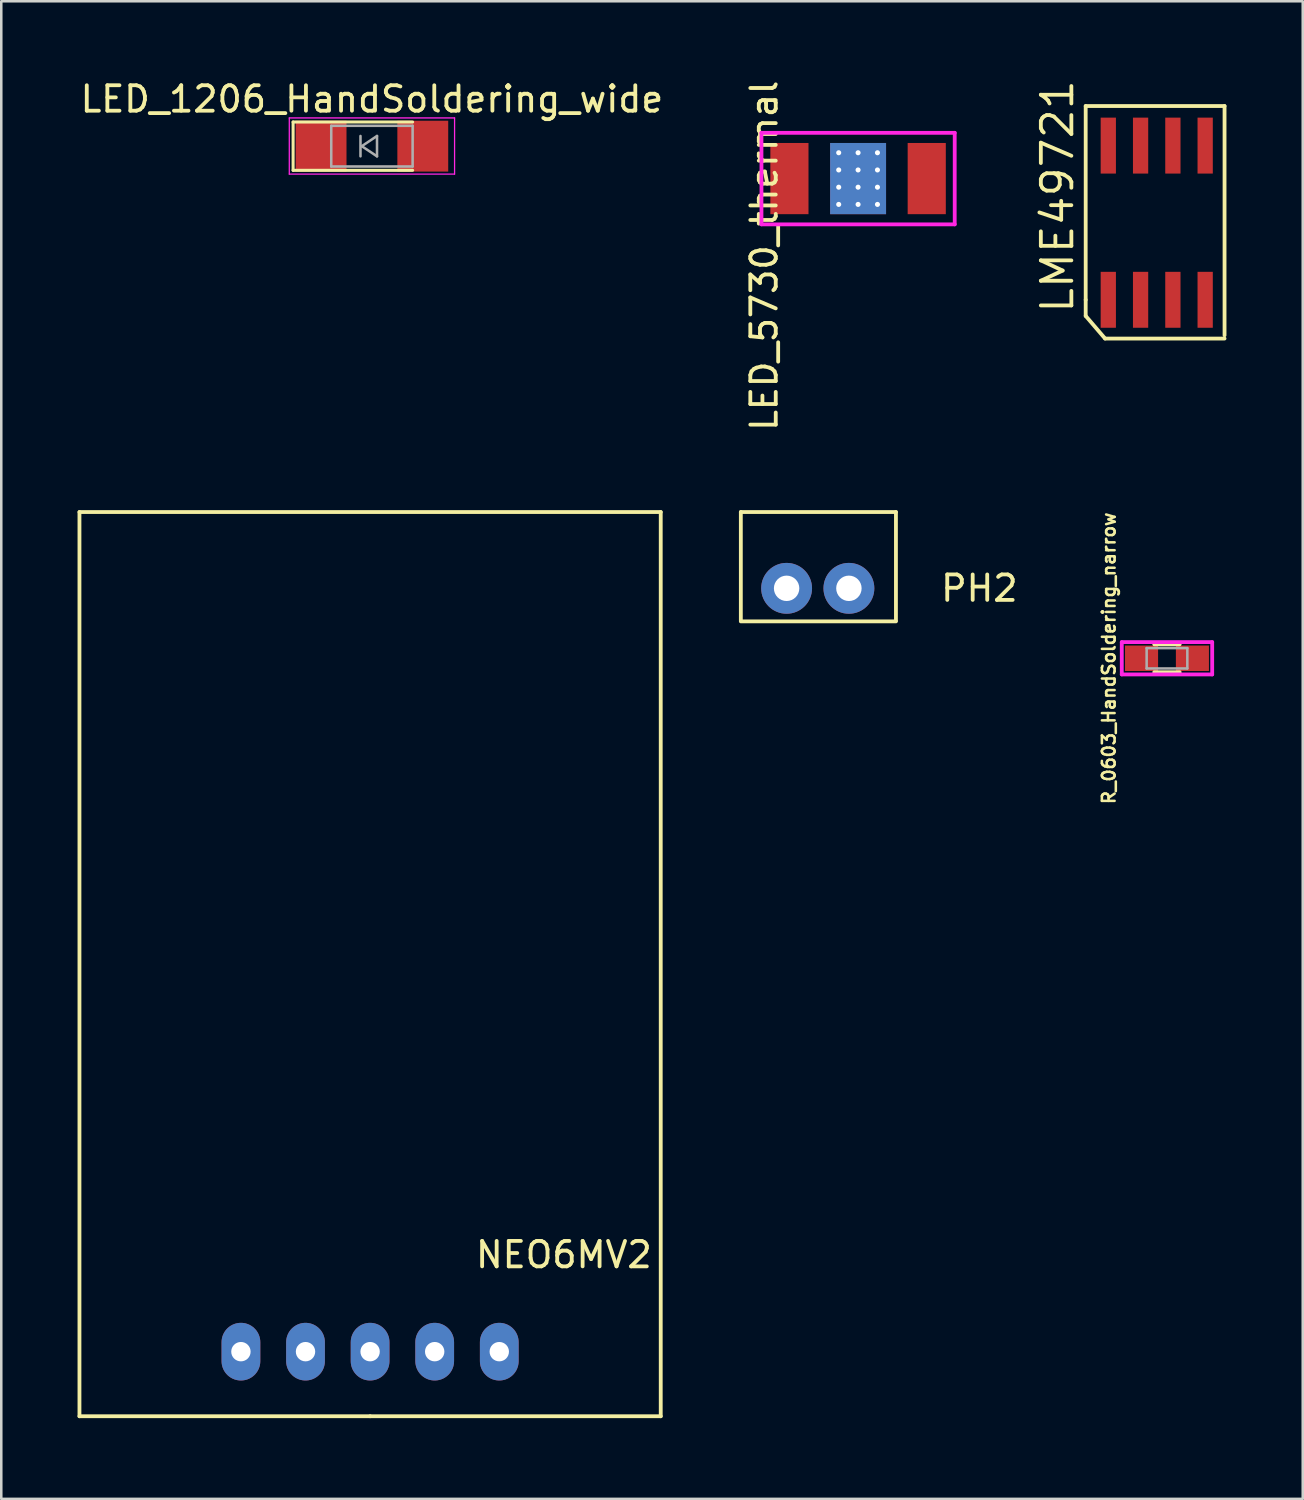
<source format=kicad_pcb>
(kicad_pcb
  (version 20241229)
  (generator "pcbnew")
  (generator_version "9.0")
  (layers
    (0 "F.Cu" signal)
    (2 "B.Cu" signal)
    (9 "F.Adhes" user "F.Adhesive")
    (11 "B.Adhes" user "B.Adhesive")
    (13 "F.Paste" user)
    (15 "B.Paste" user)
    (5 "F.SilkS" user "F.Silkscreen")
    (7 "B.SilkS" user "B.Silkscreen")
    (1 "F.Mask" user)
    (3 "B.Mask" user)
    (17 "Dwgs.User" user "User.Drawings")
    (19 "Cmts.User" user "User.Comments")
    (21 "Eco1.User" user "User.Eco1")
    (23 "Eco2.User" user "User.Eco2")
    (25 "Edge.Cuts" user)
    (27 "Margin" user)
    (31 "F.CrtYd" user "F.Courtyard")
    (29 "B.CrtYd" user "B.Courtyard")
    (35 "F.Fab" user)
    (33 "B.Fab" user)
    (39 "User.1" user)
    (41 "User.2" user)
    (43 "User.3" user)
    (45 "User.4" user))
  (footprint "LME49721"
    (layer "F.Cu")
    (at 42.441 4.676)
    (property "Reference" "LME49721" (at -3.905 0 90) (layer "F.SilkS") (effects (font (size 1.2 1.2) (thickness 0.15))))
    (attr through_hole)
    (fp_line (start -2.794 -3.556) (end -2.794 4.064) (stroke (width 0.15) (type solid)) (layer "F.SilkS"))
    (fp_line (start -2.794 4.064) (end -2.794 4.699) (stroke (width 0.15) (type solid)) (layer "F.SilkS"))
    (fp_line (start -2.794 4.699) (end -2.032 5.588) (stroke (width 0.15) (type solid)) (layer "F.SilkS"))
    (fp_line (start -2.032 5.588) (end 2.667 5.588) (stroke (width 0.15) (type solid)) (layer "F.SilkS"))
    (fp_line (start 2.667 -3.556) (end -2.794 -3.556) (stroke (width 0.15) (type solid)) (layer "F.SilkS"))
    (fp_line (start 2.667 -3.556) (end 2.667 5.461) (stroke (width 0.15) (type solid)) (layer "F.SilkS"))
    (pad "1" smd rect (at -1.905 4.064) (size 0.6 2.2) (layers "F.Cu" "F.Mask" "F.Paste"))
    (pad "2" smd rect (at -0.635 4.064) (size 0.6 2.2) (layers "F.Cu" "F.Mask" "F.Paste"))
    (pad "3" smd rect (at 0.635 4.064) (size 0.6 2.2) (layers "F.Cu" "F.Mask" "F.Paste"))
    (pad "4" smd rect (at 1.905 4.064) (size 0.6 2.2) (layers "F.Cu" "F.Mask" "F.Paste"))
    (pad "5" smd rect (at 1.905 -2) (size 0.6 2.2) (layers "F.Cu" "F.Mask" "F.Paste"))
    (pad "6" smd rect (at 0.635 -2) (size 0.6 2.2) (layers "F.Cu" "F.Mask" "F.Paste"))
    (pad "7" smd rect (at -0.635 -2) (size 0.6 2.2) (layers "F.Cu" "F.Mask" "F.Paste"))
    (pad "8" smd rect (at -1.905 -2) (size 0.6 2.2) (layers "F.Cu" "F.Mask" "F.Paste")))
  (footprint "R_0603_HandSoldering_narrow"
    (layer "F.Cu")
    (at 42.844 22.838)
    (property "Reference" "R_0603_HandSoldering_narrow" (at -2.286 0 90) (layer "F.SilkS") (effects (font (size 0.5 0.5) (thickness 0.1))))
    (attr smd)
    (fp_line (start -0.5 -0.548) (end 0.5 -0.548) (stroke (width 0.15) (type solid)) (layer "F.SilkS"))
    (fp_line (start 0.5 0.548) (end -0.5 0.548) (stroke (width 0.15) (type solid)) (layer "F.SilkS"))
    (fp_line (start -1.778 -0.635) (end 1.778 -0.635) (stroke (width 0.15) (type solid)) (layer "F.CrtYd"))
    (fp_line (start -1.778 0.635) (end -1.778 -0.635) (stroke (width 0.15) (type solid)) (layer "F.CrtYd"))
    (fp_line (start 1.778 -0.635) (end 1.778 0.635) (stroke (width 0.15) (type solid)) (layer "F.CrtYd"))
    (fp_line (start 1.778 0.635) (end -1.778 0.635) (stroke (width 0.15) (type solid)) (layer "F.CrtYd"))
    (fp_line (start -0.8 -0.4) (end 0.8 -0.4) (stroke (width 0.1) (type solid)) (layer "F.Fab"))
    (fp_line (start -0.8 0.4) (end -0.8 -0.4) (stroke (width 0.1) (type solid)) (layer "F.Fab"))
    (fp_line (start 0.8 -0.4) (end 0.8 0.4) (stroke (width 0.1) (type solid)) (layer "F.Fab"))
    (fp_line (start 0.8 0.4) (end -0.8 0.4) (stroke (width 0.1) (type solid)) (layer "F.Fab"))
    (pad "1" smd rect (at -1 0) (size 1.3 1) (layers "F.Cu" "F.Mask" "F.Paste"))
    (pad "2" smd rect (at 1 0) (size 1.3 1) (layers "F.Cu" "F.Mask" "F.Paste")))
  (footprint "LED_1206_HandSoldering_wide"
    (layer "F.Cu")
    (at 11.577 2.698)
    (property "Reference" "LED_1206_HandSoldering_wide" (at 0 -1.85 0) (layer "F.SilkS") (effects (font (size 1 1) (thickness 0.15))))
    (attr smd)
    (fp_line (start -3.1 -0.95) (end -3.1 0.95) (stroke (width 0.12) (type solid)) (layer "F.SilkS"))
    (fp_line (start -3.1 -0.95) (end 1.6 -0.95) (stroke (width 0.12) (type solid)) (layer "F.SilkS"))
    (fp_line (start -3.1 0.95) (end 1.6 0.95) (stroke (width 0.12) (type solid)) (layer "F.SilkS"))
    (fp_line (start -3.25 -1.11) (end -3.25 1.1) (stroke (width 0.05) (type solid)) (layer "F.CrtYd"))
    (fp_line (start -3.25 -1.11) (end 3.25 -1.11) (stroke (width 0.05) (type solid)) (layer "F.CrtYd"))
    (fp_line (start 3.25 1.1) (end -3.25 1.1) (stroke (width 0.05) (type solid)) (layer "F.CrtYd"))
    (fp_line (start 3.25 1.1) (end 3.25 -1.11) (stroke (width 0.05) (type solid)) (layer "F.CrtYd"))
    (fp_line (start -1.6 -0.8) (end 1.6 -0.8) (stroke (width 0.1) (type solid)) (layer "F.Fab"))
    (fp_line (start -1.6 0.8) (end -1.6 -0.8) (stroke (width 0.1) (type solid)) (layer "F.Fab"))
    (fp_line (start -0.45 -0.4) (end -0.45 0.4) (stroke (width 0.1) (type solid)) (layer "F.Fab"))
    (fp_line (start -0.4 0) (end 0.2 -0.4) (stroke (width 0.1) (type solid)) (layer "F.Fab"))
    (fp_line (start 0.2 -0.4) (end 0.2 0.4) (stroke (width 0.1) (type solid)) (layer "F.Fab"))
    (fp_line (start 0.2 0.4) (end -0.4 0) (stroke (width 0.1) (type solid)) (layer "F.Fab"))
    (fp_line (start 1.6 -0.8) (end 1.6 0.8) (stroke (width 0.1) (type solid)) (layer "F.Fab"))
    (fp_line (start 1.6 0.8) (end -1.6 0.8) (stroke (width 0.1) (type solid)) (layer "F.Fab"))
    (pad "1" smd rect (at -2 0) (size 2 2) (layers "F.Cu" "F.Mask" "F.Paste"))
    (pad "2" smd rect (at 2 0) (size 2 2) (layers "F.Cu" "F.Mask" "F.Paste")))
  (footprint "PH2"
    (layer "F.Cu")
    (at 30.385 20.087)
    (property "Reference" "PH2" (at 5.08 0 0) (layer "F.SilkS") (effects (font (size 1 1) (thickness 0.15))))
    (attr through_hole)
    (fp_line (start -4.3 -3) (end -4.3 1.27) (stroke (width 0.15) (type solid)) (layer "F.SilkS"))
    (fp_line (start -4.3 1.3) (end 1.8 1.3) (stroke (width 0.15) (type solid)) (layer "F.SilkS"))
    (fp_line (start 1.8 -3) (end -4.3 -3) (stroke (width 0.15) (type solid)) (layer "F.SilkS"))
    (fp_line (start 1.8 1.27) (end 1.8 -3) (stroke (width 0.15) (type solid)) (layer "F.SilkS"))
    (pad "1" thru_hole circle (at -2.5 0) (size 2 2) (drill 1) (layers "*.Cu" "*.Mask"))
    (pad "2" thru_hole circle (at -0.05 0) (size 2 2) (drill 1) (layers "*.Cu" "*.Mask")))
  (footprint "LED_5730_thermal"
    (layer "F.Cu")
    (at 30.696 3.973)
    (property "Reference" "LED_5730_thermal" (at -3.693 3.033 270) (layer "F.SilkS") (effects (font (size 1 1) (thickness 0.15))))
    (attr smd)
    (fp_line (start -3.8 -1.8) (end 3.8 -1.8) (stroke (width 0.15) (type solid)) (layer "F.CrtYd"))
    (fp_line (start -3.8 1.8) (end -3.8 -1.8) (stroke (width 0.15) (type solid)) (layer "F.CrtYd"))
    (fp_line (start 3.8 -1.8) (end 3.8 1.8) (stroke (width 0.15) (type solid)) (layer "F.CrtYd"))
    (fp_line (start 3.8 1.8) (end -3.8 1.8) (stroke (width 0.15) (type solid)) (layer "F.CrtYd"))
    (pad "1" smd rect (at 2.7 0) (size 1.5 2.8) (layers "F.Cu" "F.Mask" "F.Paste"))
    (pad "2" smd rect (at -2.7 0) (size 1.5 2.8) (layers "F.Cu" "F.Mask" "F.Paste"))
    (pad "EP" thru_hole circle (at -0.762 -1.016) (size 0.4 0.4) (drill 0.2) (layers "*.Cu" "*.Mask"))
    (pad "EP" thru_hole circle (at -0.762 -0.339) (size 0.4 0.4) (drill 0.2) (layers "*.Cu" "*.Mask"))
    (pad "EP" thru_hole circle (at -0.762 0.339) (size 0.4 0.4) (drill 0.2) (layers "*.Cu" "*.Mask"))
    (pad "EP" thru_hole circle (at -0.762 1.016) (size 0.4 0.4) (drill 0.2) (layers "*.Cu" "*.Mask"))
    (pad "EP" thru_hole circle (at 0 -1.016) (size 0.4 0.4) (drill 0.2) (layers "*.Cu" "*.Mask"))
    (pad "EP" thru_hole circle (at 0 -0.339) (size 0.4 0.4) (drill 0.2) (layers "*.Cu" "*.Mask"))
    (pad "EP" smd rect (at 0 0) (size 2.2 2.8) (layers "F.Cu" "F.Mask" "F.Paste"))
    (pad "EP" smd rect (at 0 0) (size 2.2 2.8) (layers "F.Mask" "B.Cu" "F.Paste"))
    (pad "EP" thru_hole circle (at 0 0.339) (size 0.4 0.4) (drill 0.2) (layers "*.Cu" "*.Mask"))
    (pad "EP" thru_hole circle (at 0 1.016) (size 0.4 0.4) (drill 0.2) (layers "*.Cu" "*.Mask"))
    (pad "EP" thru_hole circle (at 0.762 -1.016) (size 0.4 0.4) (drill 0.2) (layers "*.Cu" "*.Mask"))
    (pad "EP" thru_hole circle (at 0.762 -0.339) (size 0.4 0.4) (drill 0.2) (layers "*.Cu" "*.Mask"))
    (pad "EP" thru_hole circle (at 0.762 0.339) (size 0.4 0.4) (drill 0.2) (layers "*.Cu" "*.Mask"))
    (pad "EP" thru_hole circle (at 0.762 1.016) (size 0.4 0.4) (drill 0.2) (layers "*.Cu" "*.Mask")))
  (footprint "NEO6MV2"
    (layer "F.Cu")
    (at 11.505 52.647)
    (property "Reference" "NEO6MV2" (at 7.62 -6.35 0) (layer "F.SilkS") (effects (font (size 1 1) (thickness 0.15))))
    (attr through_hole)
    (fp_line (start -11.43 -35.56) (end -11.43 0) (stroke (width 0.15) (type solid)) (layer "F.SilkS"))
    (fp_line (start 0 0) (end -11.43 0) (stroke (width 0.15) (type solid)) (layer "F.SilkS"))
    (fp_line (start 0 0) (end 11.43 0) (stroke (width 0.15) (type solid)) (layer "F.SilkS"))
    (fp_line (start 11.43 -35.56) (end -11.43 -35.56) (stroke (width 0.15) (type solid)) (layer "F.SilkS"))
    (fp_line (start 11.43 0) (end 11.43 -35.56) (stroke (width 0.15) (type solid)) (layer "F.SilkS"))
    (pad "1" thru_hole oval (at 5.08 -2.54) (size 1.524 2.268) (drill 0.762) (layers "*.Cu" "*.Mask"))
    (pad "2" thru_hole oval (at 2.54 -2.54) (size 1.524 2.268) (drill 0.762) (layers "*.Cu" "*.Mask"))
    (pad "3" thru_hole oval (at 0 -2.54) (size 1.524 2.268) (drill 0.762) (layers "*.Cu" "*.Mask"))
    (pad "4" thru_hole oval (at -2.54 -2.54) (size 1.524 2.268) (drill 0.762) (layers "*.Cu" "*.Mask"))
    (pad "5" thru_hole oval (at -5.08 -2.54) (size 1.524 2.268) (drill 0.762) (layers "*.Cu" "*.Mask")))
  (gr_rect
    (start -3 -3)
    (end 48.183 55.897)
    (stroke (width 0.1) (type default))
    (fill no)
    (layer "Edge.Cuts")))
</source>
